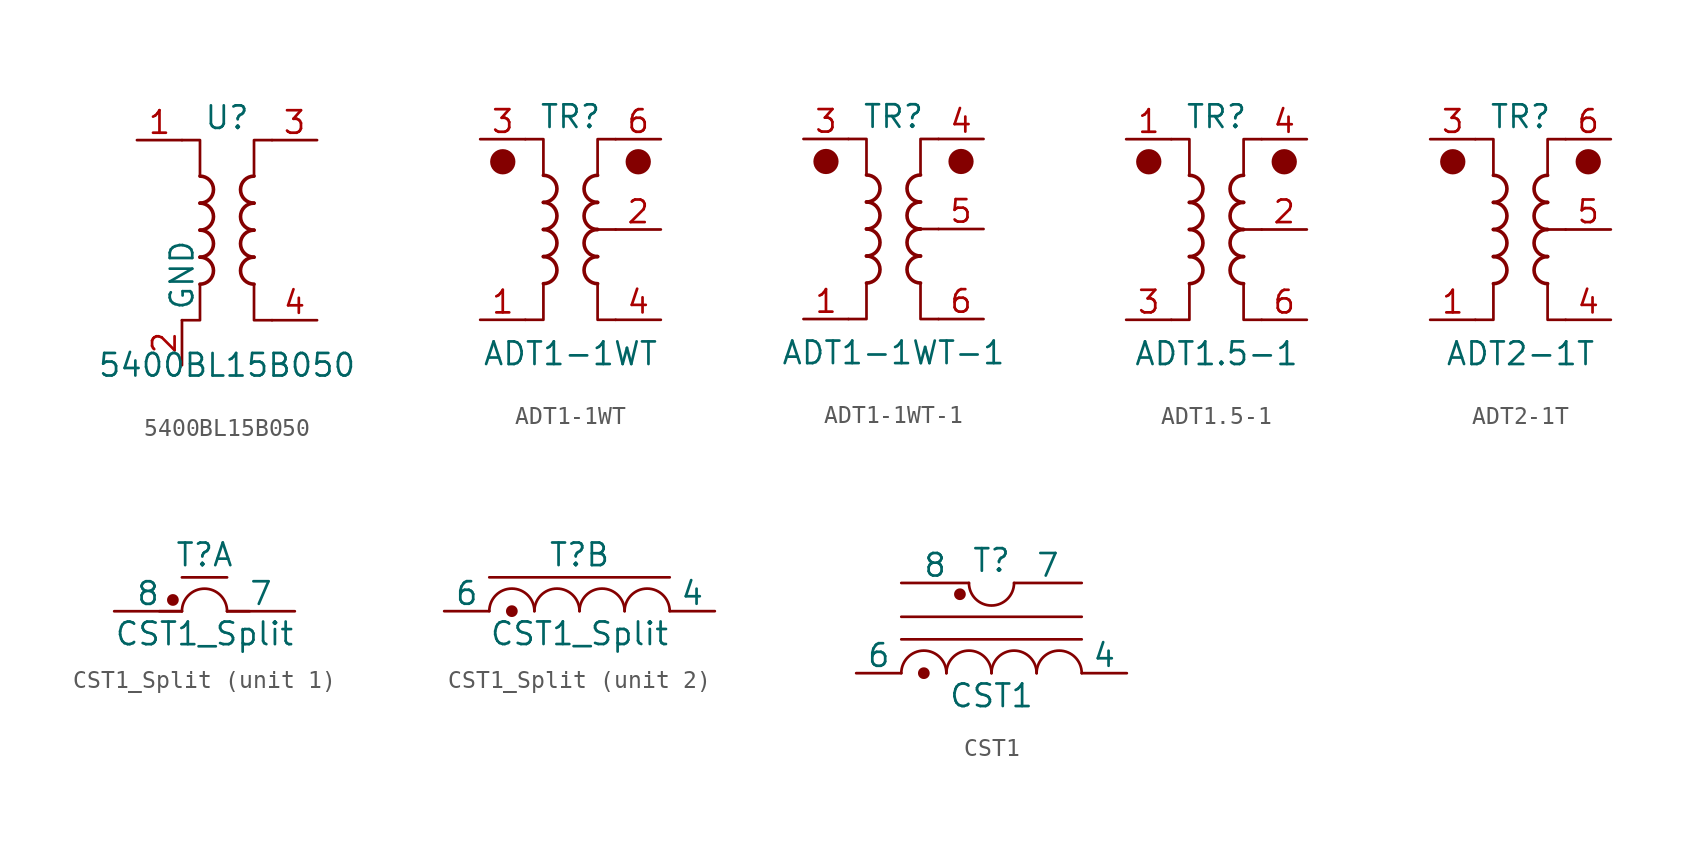
<source format=kicad_sym>
(kicad_symbol_lib
  (version 20200908)
  (generator kicad_symbol_editor)
  (symbol "Transformer:5400BL15B050"
    (property "Reference" "U"
      (at 0 6.35 0)
      (effects (font (size 1.27 1.27))))
    (property "Value" "5400BL15B050"
      (at 0 -7.62 0)
      (effects (font (size 1.27 1.27))))
    (symbol "5400BL15B050_1_1"
      (arc (start -1.524 -3.048) (end -1.524 -1.524) (radius (at -1.524 -2.286) (length 0.762) (angles -89.9 89.9)) (stroke (width 0.2032)) (fill (type none)))
      (arc (start -1.524 -1.524) (end -1.524 0) (radius (at -1.524 -0.762) (length 0.762) (angles -89.9 89.9)) (stroke (width 0.2032)) (fill (type none)))
      (arc (start -1.524 0) (end -1.524 1.524) (radius (at -1.524 0.762) (length 0.762) (angles -89.9 89.9)) (stroke (width 0.2032)) (fill (type none)))
      (arc (start -1.524 1.524) (end -1.524 3.048) (radius (at -1.524 2.286) (length 0.762) (angles -89.9 89.9)) (stroke (width 0.2032)) (fill (type none)))
      (arc (start 1.524 -1.524) (end 1.524 -3.048) (radius (at 1.524 -2.286) (length 0.762) (angles 90.1 -90.1)) (stroke (width 0.2032)) (fill (type none)))
      (arc (start 1.524 0) (end 1.524 -1.524) (radius (at 1.524 -0.762) (length 0.762) (angles 90.1 -90.1)) (stroke (width 0.2032)) (fill (type none)))
      (arc (start 1.524 1.524) (end 1.524 0) (radius (at 1.524 0.762) (length 0.762) (angles 90.1 -90.1)) (stroke (width 0.2032)) (fill (type none)))
      (arc (start 1.524 3.048) (end 1.524 1.524) (radius (at 1.524 2.286) (length 0.762) (angles 90.1 -90.1)) (stroke (width 0.2032)) (fill (type none)))
      (polyline (pts (xy -2.54 5.08) (xy -1.524 5.08) (xy -1.524 3.048)) (stroke (width 0.152)) (fill (type none)))
      (polyline (pts (xy -1.524 -3.048) (xy -1.524 -5.08) (xy -2.54 -5.08)) (stroke (width 0.152)) (fill (type none)))
      (polyline (pts (xy 1.524 3.048) (xy 1.524 5.08) (xy 2.54 5.08)) (stroke (width 0.152)) (fill (type none)))
      (polyline (pts (xy 2.54 -5.08) (xy 1.524 -5.08) (xy 1.524 -3.048)) (stroke (width 0.152)) (fill (type none)))
      (pin passive line (at -5.08 5.08 0) (length 2.54) (name "~" (effects (font (size 1.27 1.27)))) (number "1" (effects (font (size 1.27 1.27)))))
      (pin power_in line (at -2.54 -7.62 90) (length 2.54) (name "GND" (effects (font (size 1.27 1.27)))) (number "2" (effects (font (size 1.27 1.27)))))
      (pin passive line (at 5.08 5.08 180) (length 2.54) (name "~" (effects (font (size 1.27 1.27)))) (number "3" (effects (font (size 1.27 1.27)))))
      (pin passive line (at 5.08 -5.08 180) (length 2.54) (name "~" (effects (font (size 1.27 1.27)))) (number "4" (effects (font (size 1.27 1.27)))))
      (pin passive line (at -2.54 -7.62 90) (length 2.54) hide (name "GND" (effects (font (size 1.27 1.27)))) (number "5" (effects (font (size 1.27 1.27)))))
      (pin unconnected line (at 2.54 0 180) (length 2.54) hide (name "NC" (effects (font (size 1.27 1.27)))) (number "6" (effects (font (size 1.27 1.27)))))))
  (symbol "Transformer:ADT1-1WT"
    (pin_names hide)
    (property "Reference" "TR"
      (at 0 6.35 0)
      (effects (font (size 1.27 1.27))))
    (property "Value" "ADT1-1WT"
      (at 0 -6.985 0)
      (effects (font (size 1.27 1.27))))
    (symbol "ADT1-1WT_0_1"
      (arc (start -1.524 -3.048) (end -1.524 -1.524) (radius (at -1.524 -2.286) (length 0.762) (angles -89.9 89.9)) (stroke (width 0.2032)) (fill (type none)))
      (arc (start -1.524 -1.524) (end -1.524 0) (radius (at -1.524 -0.762) (length 0.762) (angles -89.9 89.9)) (stroke (width 0.2032)) (fill (type none)))
      (arc (start -1.524 0) (end -1.524 1.524) (radius (at -1.524 0.762) (length 0.762) (angles -89.9 89.9)) (stroke (width 0.2032)) (fill (type none)))
      (arc (start -1.524 1.524) (end -1.524 3.048) (radius (at -1.524 2.286) (length 0.762) (angles -89.9 89.9)) (stroke (width 0.2032)) (fill (type none)))
      (arc (start 1.524 -1.524) (end 1.524 -3.048) (radius (at 1.524 -2.286) (length 0.762) (angles 90.1 -90.1)) (stroke (width 0.2032)) (fill (type none)))
      (arc (start 1.524 0) (end 1.524 -1.524) (radius (at 1.524 -0.762) (length 0.762) (angles 90.1 -90.1)) (stroke (width 0.2032)) (fill (type none)))
      (arc (start 1.524 1.524) (end 1.524 0) (radius (at 1.524 0.762) (length 0.762) (angles 90.1 -90.1)) (stroke (width 0.2032)) (fill (type none)))
      (arc (start 1.524 3.048) (end 1.524 1.524) (radius (at 1.524 2.286) (length 0.762) (angles 90.1 -90.1)) (stroke (width 0.2032)) (fill (type none)))
      (circle (center -3.81 3.81) (radius 0.635) (stroke (width 0)) (fill (type outline)))
      (circle (center 3.81 3.81) (radius 0.635) (stroke (width 0)) (fill (type outline)))
      (polyline (pts (xy 2.54 0) (xy 1.27 0)) (stroke (width 0.152)) (fill (type none)))
      (polyline (pts (xy -2.54 5.08) (xy -1.524 5.08) (xy -1.524 3.048)) (stroke (width 0.152)) (fill (type none)))
      (polyline (pts (xy -1.524 -3.048) (xy -1.524 -5.08) (xy -2.54 -5.08)) (stroke (width 0.152)) (fill (type none)))
      (polyline (pts (xy 1.524 3.048) (xy 1.524 5.08) (xy 2.54 5.08)) (stroke (width 0.152)) (fill (type none)))
      (polyline (pts (xy 2.54 -5.08) (xy 1.524 -5.08) (xy 1.524 -3.048)) (stroke (width 0.152)) (fill (type none))))
    (symbol "ADT1-1WT_1_1"
      (pin passive line (at -5.08 -5.08 0) (length 2.54) (name "~" (effects (font (size 1.27 1.27)))) (number "1" (effects (font (size 1.27 1.27)))))
      (pin passive line (at 5.08 0 180) (length 2.54) (name "~" (effects (font (size 1.27 1.27)))) (number "2" (effects (font (size 1.27 1.27)))))
      (pin passive line (at -5.08 5.08 0) (length 2.54) (name "~" (effects (font (size 1.27 1.27)))) (number "3" (effects (font (size 1.27 1.27)))))
      (pin passive line (at 5.08 -5.08 180) (length 2.54) (name "~" (effects (font (size 1.27 1.27)))) (number "4" (effects (font (size 1.27 1.27)))))
      (pin unconnected line (at -2.54 0 0) (length 2.54) hide (name "~" (effects (font (size 1.27 1.27)))) (number "5" (effects (font (size 1.27 1.27)))))
      (pin passive line (at 5.08 5.08 180) (length 2.54) (name "~" (effects (font (size 1.27 1.27)))) (number "6" (effects (font (size 1.27 1.27)))))))
  (symbol "Transformer:ADT1-1WT-1"
    (pin_names hide)
    (property "Reference" "TR"
      (at 0 6.35 0)
      (effects (font (size 1.27 1.27))))
    (property "Value" "ADT1-1WT-1"
      (at 0 -6.985 0)
      (effects (font (size 1.27 1.27))))
    (symbol "ADT1-1WT-1_0_1"
      (arc (start -1.524 -3.048) (end -1.524 -1.524) (radius (at -1.524 -2.286) (length 0.762) (angles -89.9 89.9)) (stroke (width 0.2032)) (fill (type none)))
      (arc (start -1.524 -1.524) (end -1.524 0) (radius (at -1.524 -0.762) (length 0.762) (angles -89.9 89.9)) (stroke (width 0.2032)) (fill (type none)))
      (arc (start -1.524 0) (end -1.524 1.524) (radius (at -1.524 0.762) (length 0.762) (angles -89.9 89.9)) (stroke (width 0.2032)) (fill (type none)))
      (arc (start -1.524 1.524) (end -1.524 3.048) (radius (at -1.524 2.286) (length 0.762) (angles -89.9 89.9)) (stroke (width 0.2032)) (fill (type none)))
      (arc (start 1.524 -1.524) (end 1.524 -3.048) (radius (at 1.524 -2.286) (length 0.762) (angles 90.1 -90.1)) (stroke (width 0.2032)) (fill (type none)))
      (arc (start 1.524 0) (end 1.524 -1.524) (radius (at 1.524 -0.762) (length 0.762) (angles 90.1 -90.1)) (stroke (width 0.2032)) (fill (type none)))
      (arc (start 1.524 1.524) (end 1.524 0) (radius (at 1.524 0.762) (length 0.762) (angles 90.1 -90.1)) (stroke (width 0.2032)) (fill (type none)))
      (arc (start 1.524 3.048) (end 1.524 1.524) (radius (at 1.524 2.286) (length 0.762) (angles 90.1 -90.1)) (stroke (width 0.2032)) (fill (type none)))
      (circle (center -3.81 3.81) (radius 0.635) (stroke (width 0)) (fill (type outline)))
      (circle (center 3.81 3.81) (radius 0.635) (stroke (width 0)) (fill (type outline)))
      (polyline (pts (xy 2.54 0) (xy 1.27 0)) (stroke (width 0.152)) (fill (type none)))
      (polyline (pts (xy -2.54 5.08) (xy -1.524 5.08) (xy -1.524 3.048)) (stroke (width 0.152)) (fill (type none)))
      (polyline (pts (xy -1.524 -3.048) (xy -1.524 -5.08) (xy -2.54 -5.08)) (stroke (width 0.152)) (fill (type none)))
      (polyline (pts (xy 1.524 3.048) (xy 1.524 5.08) (xy 2.54 5.08)) (stroke (width 0.152)) (fill (type none)))
      (polyline (pts (xy 2.54 -5.08) (xy 1.524 -5.08) (xy 1.524 -3.048)) (stroke (width 0.152)) (fill (type none))))
    (symbol "ADT1-1WT-1_1_1"
      (pin passive line (at -5.08 -5.08 0) (length 2.54) (name "~" (effects (font (size 1.27 1.27)))) (number "1" (effects (font (size 1.27 1.27)))))
      (pin unconnected line (at -2.54 0 0) (length 2.54) hide (name "~" (effects (font (size 1.27 1.27)))) (number "2" (effects (font (size 1.27 1.27)))))
      (pin passive line (at -5.08 5.08 0) (length 2.54) (name "~" (effects (font (size 1.27 1.27)))) (number "3" (effects (font (size 1.27 1.27)))))
      (pin passive line (at 5.08 5.08 180) (length 2.54) (name "~" (effects (font (size 1.27 1.27)))) (number "4" (effects (font (size 1.27 1.27)))))
      (pin passive line (at 5.08 0 180) (length 2.54) (name "~" (effects (font (size 1.27 1.27)))) (number "5" (effects (font (size 1.27 1.27)))))
      (pin passive line (at 5.08 -5.08 180) (length 2.54) (name "~" (effects (font (size 1.27 1.27)))) (number "6" (effects (font (size 1.27 1.27)))))))
  (symbol "Transformer:ADT1.5-1"
    (pin_names hide)
    (property "Reference" "TR"
      (at 0 6.35 0)
      (effects (font (size 1.27 1.27))))
    (property "Value" "ADT1.5-1"
      (at 0 -6.985 0)
      (effects (font (size 1.27 1.27))))
    (symbol "ADT1.5-1_0_1"
      (arc (start -1.524 -3.048) (end -1.524 -1.524) (radius (at -1.524 -2.286) (length 0.762) (angles -89.9 89.9)) (stroke (width 0.2032)) (fill (type none)))
      (arc (start -1.524 -1.524) (end -1.524 0) (radius (at -1.524 -0.762) (length 0.762) (angles -89.9 89.9)) (stroke (width 0.2032)) (fill (type none)))
      (arc (start -1.524 0) (end -1.524 1.524) (radius (at -1.524 0.762) (length 0.762) (angles -89.9 89.9)) (stroke (width 0.2032)) (fill (type none)))
      (arc (start -1.524 1.524) (end -1.524 3.048) (radius (at -1.524 2.286) (length 0.762) (angles -89.9 89.9)) (stroke (width 0.2032)) (fill (type none)))
      (arc (start 1.524 -1.524) (end 1.524 -3.048) (radius (at 1.524 -2.286) (length 0.762) (angles 90.1 -90.1)) (stroke (width 0.2032)) (fill (type none)))
      (arc (start 1.524 0) (end 1.524 -1.524) (radius (at 1.524 -0.762) (length 0.762) (angles 90.1 -90.1)) (stroke (width 0.2032)) (fill (type none)))
      (arc (start 1.524 1.524) (end 1.524 0) (radius (at 1.524 0.762) (length 0.762) (angles 90.1 -90.1)) (stroke (width 0.2032)) (fill (type none)))
      (arc (start 1.524 3.048) (end 1.524 1.524) (radius (at 1.524 2.286) (length 0.762) (angles 90.1 -90.1)) (stroke (width 0.2032)) (fill (type none)))
      (circle (center -3.81 3.81) (radius 0.635) (stroke (width 0)) (fill (type outline)))
      (circle (center 3.81 3.81) (radius 0.635) (stroke (width 0)) (fill (type outline)))
      (polyline (pts (xy 2.54 0) (xy 1.27 0)) (stroke (width 0.152)) (fill (type none)))
      (polyline (pts (xy -2.54 5.08) (xy -1.524 5.08) (xy -1.524 3.048)) (stroke (width 0.152)) (fill (type none)))
      (polyline (pts (xy -1.524 -3.048) (xy -1.524 -5.08) (xy -2.54 -5.08)) (stroke (width 0.152)) (fill (type none)))
      (polyline (pts (xy 1.524 3.048) (xy 1.524 5.08) (xy 2.54 5.08)) (stroke (width 0.152)) (fill (type none)))
      (polyline (pts (xy 2.54 -5.08) (xy 1.524 -5.08) (xy 1.524 -3.048)) (stroke (width 0.152)) (fill (type none))))
    (symbol "ADT1.5-1_1_1"
      (pin passive line (at -5.08 5.08 0) (length 2.54) (name "~" (effects (font (size 1.27 1.27)))) (number "1" (effects (font (size 1.27 1.27)))))
      (pin passive line (at 5.08 0 180) (length 2.54) (name "~" (effects (font (size 1.27 1.27)))) (number "2" (effects (font (size 1.27 1.27)))))
      (pin passive line (at -5.08 -5.08 0) (length 2.54) (name "~" (effects (font (size 1.27 1.27)))) (number "3" (effects (font (size 1.27 1.27)))))
      (pin passive line (at 5.08 5.08 180) (length 2.54) (name "~" (effects (font (size 1.27 1.27)))) (number "4" (effects (font (size 1.27 1.27)))))
      (pin unconnected line (at -2.54 0 0) (length 2.54) hide (name "~" (effects (font (size 1.27 1.27)))) (number "5" (effects (font (size 1.27 1.27)))))
      (pin passive line (at 5.08 -5.08 180) (length 2.54) (name "~" (effects (font (size 1.27 1.27)))) (number "6" (effects (font (size 1.27 1.27)))))))
  (symbol "Transformer:ADT2-1T"
    (pin_names hide)
    (property "Reference" "TR"
      (at 0 6.35 0)
      (effects (font (size 1.27 1.27))))
    (property "Value" "ADT2-1T"
      (at 0 -6.985 0)
      (effects (font (size 1.27 1.27))))
    (symbol "ADT2-1T_0_1"
      (arc (start -1.524 -3.048) (end -1.524 -1.524) (radius (at -1.524 -2.286) (length 0.762) (angles -89.9 89.9)) (stroke (width 0.2032)) (fill (type none)))
      (arc (start -1.524 -1.524) (end -1.524 0) (radius (at -1.524 -0.762) (length 0.762) (angles -89.9 89.9)) (stroke (width 0.2032)) (fill (type none)))
      (arc (start -1.524 0) (end -1.524 1.524) (radius (at -1.524 0.762) (length 0.762) (angles -89.9 89.9)) (stroke (width 0.2032)) (fill (type none)))
      (arc (start -1.524 1.524) (end -1.524 3.048) (radius (at -1.524 2.286) (length 0.762) (angles -89.9 89.9)) (stroke (width 0.2032)) (fill (type none)))
      (arc (start 1.524 -1.524) (end 1.524 -3.048) (radius (at 1.524 -2.286) (length 0.762) (angles 90.1 -90.1)) (stroke (width 0.2032)) (fill (type none)))
      (arc (start 1.524 0) (end 1.524 -1.524) (radius (at 1.524 -0.762) (length 0.762) (angles 90.1 -90.1)) (stroke (width 0.2032)) (fill (type none)))
      (arc (start 1.524 1.524) (end 1.524 0) (radius (at 1.524 0.762) (length 0.762) (angles 90.1 -90.1)) (stroke (width 0.2032)) (fill (type none)))
      (arc (start 1.524 3.048) (end 1.524 1.524) (radius (at 1.524 2.286) (length 0.762) (angles 90.1 -90.1)) (stroke (width 0.2032)) (fill (type none)))
      (circle (center -3.81 3.81) (radius 0.635) (stroke (width 0)) (fill (type outline)))
      (circle (center 3.81 3.81) (radius 0.635) (stroke (width 0)) (fill (type outline)))
      (polyline (pts (xy 2.54 0) (xy 1.27 0)) (stroke (width 0.152)) (fill (type none)))
      (polyline (pts (xy -2.54 5.08) (xy -1.524 5.08) (xy -1.524 3.048)) (stroke (width 0.152)) (fill (type none)))
      (polyline (pts (xy -1.524 -3.048) (xy -1.524 -5.08) (xy -2.54 -5.08)) (stroke (width 0.152)) (fill (type none)))
      (polyline (pts (xy 1.524 3.048) (xy 1.524 5.08) (xy 2.54 5.08)) (stroke (width 0.152)) (fill (type none)))
      (polyline (pts (xy 2.54 -5.08) (xy 1.524 -5.08) (xy 1.524 -3.048)) (stroke (width 0.152)) (fill (type none))))
    (symbol "ADT2-1T_1_1"
      (pin passive line (at -5.08 -5.08 0) (length 2.54) (name "~" (effects (font (size 1.27 1.27)))) (number "1" (effects (font (size 1.27 1.27)))))
      (pin unconnected line (at -2.54 0 0) (length 2.54) hide (name "~" (effects (font (size 1.27 1.27)))) (number "2" (effects (font (size 1.27 1.27)))))
      (pin passive line (at -5.08 5.08 0) (length 2.54) (name "~" (effects (font (size 1.27 1.27)))) (number "3" (effects (font (size 1.27 1.27)))))
      (pin passive line (at 5.08 -5.08 180) (length 2.54) (name "~" (effects (font (size 1.27 1.27)))) (number "4" (effects (font (size 1.27 1.27)))))
      (pin passive line (at 5.08 0 180) (length 2.54) (name "~" (effects (font (size 1.27 1.27)))) (number "5" (effects (font (size 1.27 1.27)))))
      (pin passive line (at 5.08 5.08 180) (length 2.54) (name "~" (effects (font (size 1.27 1.27)))) (number "6" (effects (font (size 1.27 1.27)))))))
  (symbol "Transformer:CST1_Split"
    (pin_numbers hide)
    (pin_names
      (offset 0))
    (property "Reference" "T"
      (at 0 3.175 0)
      (effects (font (size 1.27 1.27))))
    (property "Value" "CST1_Split"
      (at 0 -1.27 0)
      (effects (font (size 1.27 1.27))))
    (property "ki_locked" ""
      (at 0 0 0)
      (effects (font (size 1.27 1.27))))
    (symbol "CST1_Split_1_1"
      (arc (start 1.27 0) (end -1.27 0) (radius (at 0 0) (length 1.27) (angles 0.1 180)) (stroke (width 0)) (fill (type none)))
      (circle (center -1.778 0.635) (radius 0.254) (stroke (width 0)) (fill (type outline)))
      (polyline (pts (xy -2.54 0) (xy -1.27 0)) (stroke (width 0)) (fill (type none)))
      (polyline (pts (xy -1.27 1.905) (xy 1.27 1.905)) (stroke (width 0)) (fill (type none)))
      (polyline (pts (xy 1.27 0) (xy 2.54 0)) (stroke (width 0)) (fill (type none)))
      (pin unconnected line (at 2.54 0 180) (length 2.54) hide (name "1" (effects (font (size 1.27 1.27)))) (number "1" (effects (font (size 1.27 1.27)))))
      (pin unconnected line (at -2.54 0 0) (length 2.54) hide (name "5" (effects (font (size 1.27 1.27)))) (number "5" (effects (font (size 1.27 1.27)))))
      (pin passive line (at 5.08 0 180) (length 3.81) (name "7" (effects (font (size 1.27 1.27)))) (number "7" (effects (font (size 1.27 1.27)))))
      (pin passive line (at -5.08 0 0) (length 3.81) (name "8" (effects (font (size 1.27 1.27)))) (number "8" (effects (font (size 1.27 1.27))))))
    (symbol "CST1_Split_2_1"
      (arc (start -2.54 0) (end -5.08 0) (radius (at -3.81 0) (length 1.27) (angles 0.1 180)) (stroke (width 0)) (fill (type none)))
      (arc (start 0 0) (end -2.54 0) (radius (at -1.27 0) (length 1.27) (angles 0.1 180)) (stroke (width 0)) (fill (type none)))
      (arc (start 2.54 0) (end 0 0) (radius (at 1.27 0) (length 1.27) (angles 0.1 180)) (stroke (width 0)) (fill (type none)))
      (arc (start 5.08 0) (end 2.54 0) (radius (at 3.81 0) (length 1.27) (angles 0.1 180)) (stroke (width 0)) (fill (type none)))
      (circle (center -3.81 0) (radius 0.254) (stroke (width 0)) (fill (type outline)))
      (polyline (pts (xy -5.08 1.905) (xy 5.08 1.905)) (stroke (width 0)) (fill (type none)))
      (pin unconnected line (at -2.54 0 0) (length 2.54) hide (name "2" (effects (font (size 1.27 1.27)))) (number "2" (effects (font (size 1.27 1.27)))))
      (pin unconnected line (at 2.54 0 180) (length 2.54) hide (name "3" (effects (font (size 1.27 1.27)))) (number "3" (effects (font (size 1.27 1.27)))))
      (pin passive line (at 7.62 0 180) (length 2.54) (name "4" (effects (font (size 1.27 1.27)))) (number "4" (effects (font (size 1.27 1.27)))))
      (pin passive line (at -7.62 0 0) (length 2.54) (name "6" (effects (font (size 1.27 1.27)))) (number "6" (effects (font (size 1.27 1.27)))))))
  (symbol "Transformer:CST1"
    (pin_numbers hide)
    (pin_names
      (offset 0))
    (property "Reference" "T"
      (at 0 6.35 0)
      (effects (font (size 1.27 1.27))))
    (property "Value" "CST1"
      (at 0 -1.27 0)
      (effects (font (size 1.27 1.27))))
    (property "ki_locked" ""
      (at 0 0 0)
      (effects (font (size 1.27 1.27))))
    (symbol "CST1_0_1"
      (arc (start -2.54 0) (end -5.08 0) (radius (at -3.81 0) (length 1.27) (angles 0.1 180)) (stroke (width 0)) (fill (type none)))
      (arc (start 0 0) (end -2.54 0) (radius (at -1.27 0) (length 1.27) (angles 0.1 180)) (stroke (width 0)) (fill (type none)))
      (arc (start -1.27 5.08) (end 1.27 5.08) (radius (at 0 5.08) (length 1.27) (angles 180 -0.1)) (stroke (width 0)) (fill (type none)))
      (arc (start 2.54 0) (end 0 0) (radius (at 1.27 0) (length 1.27) (angles 0.1 180)) (stroke (width 0)) (fill (type none)))
      (arc (start 5.08 0) (end 2.54 0) (radius (at 3.81 0) (length 1.27) (angles 0.1 180)) (stroke (width 0)) (fill (type none)))
      (circle (center -3.81 0) (radius 0.254) (stroke (width 0)) (fill (type outline)))
      (circle (center -1.778 4.445) (radius 0.254) (stroke (width 0)) (fill (type outline)))
      (polyline (pts (xy -5.08 1.905) (xy 5.08 1.905)) (stroke (width 0)) (fill (type none)))
      (polyline (pts (xy -5.08 3.175) (xy 5.08 3.175)) (stroke (width 0)) (fill (type none)))
      (pin passive line (at 7.62 0 180) (length 2.54) (name "4" (effects (font (size 1.27 1.27)))) (number "4" (effects (font (size 1.27 1.27)))))
      (pin passive line (at -7.62 0 0) (length 2.54) (name "6" (effects (font (size 1.27 1.27)))) (number "6" (effects (font (size 1.27 1.27)))))
      (pin passive line (at 5.08 5.08 180) (length 3.81) (name "7" (effects (font (size 1.27 1.27)))) (number "7" (effects (font (size 1.27 1.27)))))
      (pin passive line (at -5.08 5.08 0) (length 3.81) (name "8" (effects (font (size 1.27 1.27)))) (number "8" (effects (font (size 1.27 1.27))))))
    (symbol "CST1_1_1"
      (pin unconnected line (at 2.54 0 180) (length 2.54) hide (name "1" (effects (font (size 1.27 1.27)))) (number "1" (effects (font (size 1.27 1.27)))))
      (pin unconnected line (at -2.54 0 0) (length 2.54) hide (name "2" (effects (font (size 1.27 1.27)))) (number "2" (effects (font (size 1.27 1.27)))))
      (pin unconnected line (at 2.54 5.08 180) (length 2.54) hide (name "3" (effects (font (size 1.27 1.27)))) (number "3" (effects (font (size 1.27 1.27)))))
      (pin unconnected line (at -2.54 5.08 0) (length 2.54) hide (name "5" (effects (font (size 1.27 1.27)))) (number "5" (effects (font (size 1.27 1.27))))))))
</source>
